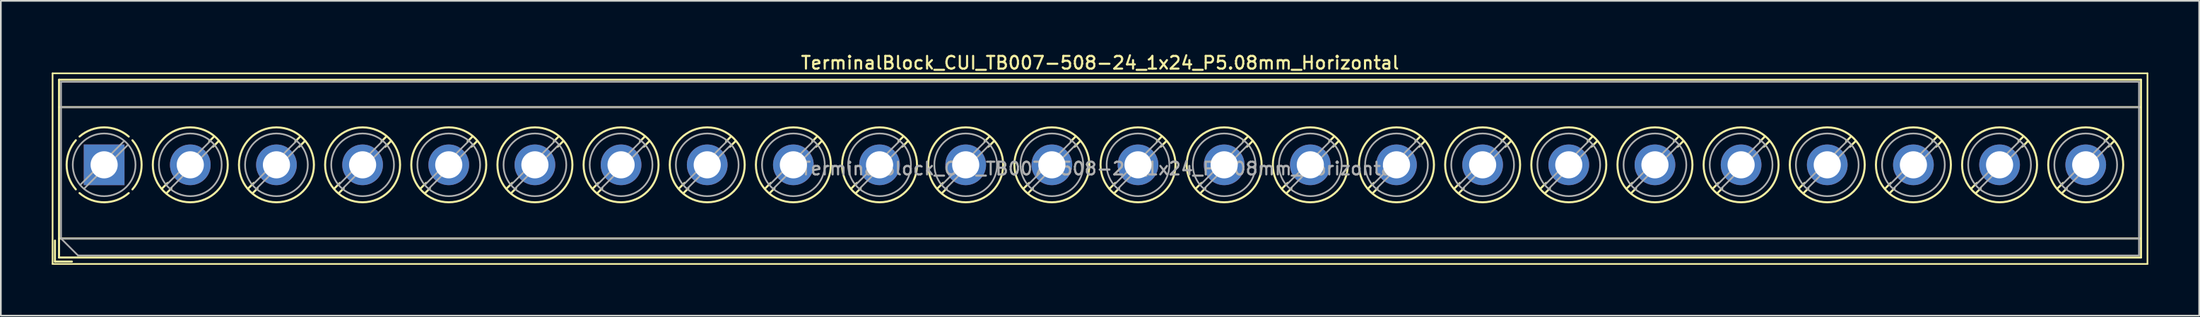
<source format=kicad_pcb>
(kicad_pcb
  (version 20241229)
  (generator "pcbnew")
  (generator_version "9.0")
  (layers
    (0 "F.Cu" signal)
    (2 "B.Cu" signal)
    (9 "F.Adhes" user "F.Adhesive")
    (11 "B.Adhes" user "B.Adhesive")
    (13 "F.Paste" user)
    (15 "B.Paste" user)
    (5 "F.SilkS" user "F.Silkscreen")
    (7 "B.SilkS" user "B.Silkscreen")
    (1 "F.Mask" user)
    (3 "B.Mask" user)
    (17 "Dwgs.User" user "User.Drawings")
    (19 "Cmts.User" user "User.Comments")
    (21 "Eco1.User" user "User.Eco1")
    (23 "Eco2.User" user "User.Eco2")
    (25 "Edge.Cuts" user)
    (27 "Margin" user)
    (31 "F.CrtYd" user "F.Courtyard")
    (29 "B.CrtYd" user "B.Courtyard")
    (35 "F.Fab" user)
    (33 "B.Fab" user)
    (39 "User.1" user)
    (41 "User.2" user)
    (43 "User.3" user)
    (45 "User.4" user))
  (footprint "TerminalBlock_CUI_TB007-508-24_1x24_P5.08mm_Horizontal"
    (layer "F.Cu")
    (at 3.09 6.678)
    (property "Reference" "TerminalBlock_CUI_TB007-508-24_1x24_P5.08mm_Horizontal" (at 58.72 -6.02 0) (layer "F.SilkS") (effects (font (size 0.75 0.75) (thickness 0.125))))
    (attr through_hole)
    (fp_line (start -3.04 -5.4) (end -3.04 5.85) (stroke (width 0.1) (type solid)) (layer "F.SilkS"))
    (fp_line (start -3.04 5.85) (end 120.48 5.85) (stroke (width 0.1) (type solid)) (layer "F.SilkS"))
    (fp_line (start -2.9 4.47) (end -2.9 5.71) (stroke (width 0.12) (type solid)) (layer "F.SilkS"))
    (fp_line (start -2.9 5.71) (end -1.9 5.71) (stroke (width 0.12) (type solid)) (layer "F.SilkS"))
    (fp_line (start -2.66 -5.02) (end -2.66 5.47) (stroke (width 0.12) (type solid)) (layer "F.SilkS"))
    (fp_line (start -2.66 -5.02) (end 120.1 -5.02) (stroke (width 0.12) (type solid)) (layer "F.SilkS"))
    (fp_line (start -2.66 -3.401) (end 120.1 -3.401) (stroke (width 0.12) (type solid)) (layer "F.SilkS"))
    (fp_line (start -2.66 4.35) (end 120.1 4.35) (stroke (width 0.12) (type solid)) (layer "F.SilkS"))
    (fp_line (start -2.66 5.47) (end 120.1 5.47) (stroke (width 0.12) (type solid)) (layer "F.SilkS"))
    (fp_line (start 3.743 1.068) (end 3.404 1.407) (stroke (width 0.12) (type solid)) (layer "F.SilkS"))
    (fp_line (start 3.967 1.384) (end 3.674 1.676) (stroke (width 0.12) (type solid)) (layer "F.SilkS"))
    (fp_line (start 6.487 -1.676) (end 6.194 -1.384) (stroke (width 0.12) (type solid)) (layer "F.SilkS"))
    (fp_line (start 6.757 -1.407) (end 6.418 -1.068) (stroke (width 0.12) (type solid)) (layer "F.SilkS"))
    (fp_line (start 8.823 1.068) (end 8.484 1.407) (stroke (width 0.12) (type solid)) (layer "F.SilkS"))
    (fp_line (start 9.047 1.384) (end 8.754 1.676) (stroke (width 0.12) (type solid)) (layer "F.SilkS"))
    (fp_line (start 11.567 -1.676) (end 11.274 -1.384) (stroke (width 0.12) (type solid)) (layer "F.SilkS"))
    (fp_line (start 11.837 -1.407) (end 11.498 -1.068) (stroke (width 0.12) (type solid)) (layer "F.SilkS"))
    (fp_line (start 13.903 1.068) (end 13.564 1.407) (stroke (width 0.12) (type solid)) (layer "F.SilkS"))
    (fp_line (start 14.127 1.384) (end 13.834 1.676) (stroke (width 0.12) (type solid)) (layer "F.SilkS"))
    (fp_line (start 16.647 -1.676) (end 16.354 -1.384) (stroke (width 0.12) (type solid)) (layer "F.SilkS"))
    (fp_line (start 16.917 -1.407) (end 16.578 -1.068) (stroke (width 0.12) (type solid)) (layer "F.SilkS"))
    (fp_line (start 18.983 1.068) (end 18.644 1.407) (stroke (width 0.12) (type solid)) (layer "F.SilkS"))
    (fp_line (start 19.207 1.384) (end 18.914 1.676) (stroke (width 0.12) (type solid)) (layer "F.SilkS"))
    (fp_line (start 21.727 -1.676) (end 21.434 -1.384) (stroke (width 0.12) (type solid)) (layer "F.SilkS"))
    (fp_line (start 21.997 -1.407) (end 21.658 -1.068) (stroke (width 0.12) (type solid)) (layer "F.SilkS"))
    (fp_line (start 24.063 1.068) (end 23.724 1.407) (stroke (width 0.12) (type solid)) (layer "F.SilkS"))
    (fp_line (start 24.287 1.384) (end 23.994 1.676) (stroke (width 0.12) (type solid)) (layer "F.SilkS"))
    (fp_line (start 26.807 -1.676) (end 26.514 -1.384) (stroke (width 0.12) (type solid)) (layer "F.SilkS"))
    (fp_line (start 27.077 -1.407) (end 26.738 -1.068) (stroke (width 0.12) (type solid)) (layer "F.SilkS"))
    (fp_line (start 29.143 1.068) (end 28.804 1.407) (stroke (width 0.12) (type solid)) (layer "F.SilkS"))
    (fp_line (start 29.367 1.384) (end 29.074 1.676) (stroke (width 0.12) (type solid)) (layer "F.SilkS"))
    (fp_line (start 31.887 -1.676) (end 31.594 -1.384) (stroke (width 0.12) (type solid)) (layer "F.SilkS"))
    (fp_line (start 32.157 -1.407) (end 31.818 -1.068) (stroke (width 0.12) (type solid)) (layer "F.SilkS"))
    (fp_line (start 34.223 1.068) (end 33.884 1.407) (stroke (width 0.12) (type solid)) (layer "F.SilkS"))
    (fp_line (start 34.447 1.384) (end 34.154 1.676) (stroke (width 0.12) (type solid)) (layer "F.SilkS"))
    (fp_line (start 36.967 -1.676) (end 36.674 -1.384) (stroke (width 0.12) (type solid)) (layer "F.SilkS"))
    (fp_line (start 37.237 -1.407) (end 36.898 -1.068) (stroke (width 0.12) (type solid)) (layer "F.SilkS"))
    (fp_line (start 39.303 1.068) (end 38.964 1.407) (stroke (width 0.12) (type solid)) (layer "F.SilkS"))
    (fp_line (start 39.527 1.384) (end 39.234 1.676) (stroke (width 0.12) (type solid)) (layer "F.SilkS"))
    (fp_line (start 42.047 -1.676) (end 41.754 -1.384) (stroke (width 0.12) (type solid)) (layer "F.SilkS"))
    (fp_line (start 42.317 -1.407) (end 41.978 -1.068) (stroke (width 0.12) (type solid)) (layer "F.SilkS"))
    (fp_line (start 44.383 1.068) (end 44.044 1.407) (stroke (width 0.12) (type solid)) (layer "F.SilkS"))
    (fp_line (start 44.607 1.384) (end 44.314 1.676) (stroke (width 0.12) (type solid)) (layer "F.SilkS"))
    (fp_line (start 47.127 -1.676) (end 46.834 -1.384) (stroke (width 0.12) (type solid)) (layer "F.SilkS"))
    (fp_line (start 47.397 -1.407) (end 47.058 -1.068) (stroke (width 0.12) (type solid)) (layer "F.SilkS"))
    (fp_line (start 49.463 1.068) (end 49.124 1.407) (stroke (width 0.12) (type solid)) (layer "F.SilkS"))
    (fp_line (start 49.687 1.384) (end 49.394 1.676) (stroke (width 0.12) (type solid)) (layer "F.SilkS"))
    (fp_line (start 52.207 -1.676) (end 51.914 -1.384) (stroke (width 0.12) (type solid)) (layer "F.SilkS"))
    (fp_line (start 52.477 -1.407) (end 52.138 -1.068) (stroke (width 0.12) (type solid)) (layer "F.SilkS"))
    (fp_line (start 54.543 1.068) (end 54.204 1.407) (stroke (width 0.12) (type solid)) (layer "F.SilkS"))
    (fp_line (start 54.767 1.384) (end 54.474 1.676) (stroke (width 0.12) (type solid)) (layer "F.SilkS"))
    (fp_line (start 57.287 -1.676) (end 56.994 -1.384) (stroke (width 0.12) (type solid)) (layer "F.SilkS"))
    (fp_line (start 57.557 -1.407) (end 57.218 -1.068) (stroke (width 0.12) (type solid)) (layer "F.SilkS"))
    (fp_line (start 59.623 1.068) (end 59.284 1.407) (stroke (width 0.12) (type solid)) (layer "F.SilkS"))
    (fp_line (start 59.847 1.384) (end 59.554 1.676) (stroke (width 0.12) (type solid)) (layer "F.SilkS"))
    (fp_line (start 62.367 -1.676) (end 62.074 -1.384) (stroke (width 0.12) (type solid)) (layer "F.SilkS"))
    (fp_line (start 62.637 -1.407) (end 62.298 -1.068) (stroke (width 0.12) (type solid)) (layer "F.SilkS"))
    (fp_line (start 64.703 1.068) (end 64.364 1.407) (stroke (width 0.12) (type solid)) (layer "F.SilkS"))
    (fp_line (start 64.927 1.384) (end 64.634 1.676) (stroke (width 0.12) (type solid)) (layer "F.SilkS"))
    (fp_line (start 67.447 -1.676) (end 67.154 -1.384) (stroke (width 0.12) (type solid)) (layer "F.SilkS"))
    (fp_line (start 67.717 -1.407) (end 67.378 -1.068) (stroke (width 0.12) (type solid)) (layer "F.SilkS"))
    (fp_line (start 69.783 1.068) (end 69.444 1.407) (stroke (width 0.12) (type solid)) (layer "F.SilkS"))
    (fp_line (start 70.007 1.384) (end 69.714 1.676) (stroke (width 0.12) (type solid)) (layer "F.SilkS"))
    (fp_line (start 72.527 -1.676) (end 72.234 -1.384) (stroke (width 0.12) (type solid)) (layer "F.SilkS"))
    (fp_line (start 72.797 -1.407) (end 72.458 -1.068) (stroke (width 0.12) (type solid)) (layer "F.SilkS"))
    (fp_line (start 74.863 1.068) (end 74.524 1.407) (stroke (width 0.12) (type solid)) (layer "F.SilkS"))
    (fp_line (start 75.087 1.384) (end 74.794 1.676) (stroke (width 0.12) (type solid)) (layer "F.SilkS"))
    (fp_line (start 77.607 -1.676) (end 77.314 -1.384) (stroke (width 0.12) (type solid)) (layer "F.SilkS"))
    (fp_line (start 77.877 -1.407) (end 77.538 -1.068) (stroke (width 0.12) (type solid)) (layer "F.SilkS"))
    (fp_line (start 79.943 1.068) (end 79.604 1.407) (stroke (width 0.12) (type solid)) (layer "F.SilkS"))
    (fp_line (start 80.167 1.384) (end 79.874 1.676) (stroke (width 0.12) (type solid)) (layer "F.SilkS"))
    (fp_line (start 82.687 -1.676) (end 82.394 -1.384) (stroke (width 0.12) (type solid)) (layer "F.SilkS"))
    (fp_line (start 82.957 -1.407) (end 82.618 -1.068) (stroke (width 0.12) (type solid)) (layer "F.SilkS"))
    (fp_line (start 85.023 1.068) (end 84.684 1.407) (stroke (width 0.12) (type solid)) (layer "F.SilkS"))
    (fp_line (start 85.247 1.384) (end 84.954 1.676) (stroke (width 0.12) (type solid)) (layer "F.SilkS"))
    (fp_line (start 87.767 -1.676) (end 87.474 -1.384) (stroke (width 0.12) (type solid)) (layer "F.SilkS"))
    (fp_line (start 88.037 -1.407) (end 87.698 -1.068) (stroke (width 0.12) (type solid)) (layer "F.SilkS"))
    (fp_line (start 90.103 1.068) (end 89.764 1.407) (stroke (width 0.12) (type solid)) (layer "F.SilkS"))
    (fp_line (start 90.327 1.384) (end 90.034 1.676) (stroke (width 0.12) (type solid)) (layer "F.SilkS"))
    (fp_line (start 92.847 -1.676) (end 92.554 -1.384) (stroke (width 0.12) (type solid)) (layer "F.SilkS"))
    (fp_line (start 93.117 -1.407) (end 92.778 -1.068) (stroke (width 0.12) (type solid)) (layer "F.SilkS"))
    (fp_line (start 95.183 1.068) (end 94.844 1.407) (stroke (width 0.12) (type solid)) (layer "F.SilkS"))
    (fp_line (start 95.407 1.384) (end 95.114 1.676) (stroke (width 0.12) (type solid)) (layer "F.SilkS"))
    (fp_line (start 97.927 -1.676) (end 97.634 -1.384) (stroke (width 0.12) (type solid)) (layer "F.SilkS"))
    (fp_line (start 98.197 -1.407) (end 97.858 -1.068) (stroke (width 0.12) (type solid)) (layer "F.SilkS"))
    (fp_line (start 100.263 1.068) (end 99.924 1.407) (stroke (width 0.12) (type solid)) (layer "F.SilkS"))
    (fp_line (start 100.487 1.384) (end 100.194 1.676) (stroke (width 0.12) (type solid)) (layer "F.SilkS"))
    (fp_line (start 103.007 -1.676) (end 102.714 -1.384) (stroke (width 0.12) (type solid)) (layer "F.SilkS"))
    (fp_line (start 103.277 -1.407) (end 102.938 -1.068) (stroke (width 0.12) (type solid)) (layer "F.SilkS"))
    (fp_line (start 105.343 1.068) (end 105.004 1.407) (stroke (width 0.12) (type solid)) (layer "F.SilkS"))
    (fp_line (start 105.567 1.384) (end 105.274 1.676) (stroke (width 0.12) (type solid)) (layer "F.SilkS"))
    (fp_line (start 108.087 -1.676) (end 107.794 -1.384) (stroke (width 0.12) (type solid)) (layer "F.SilkS"))
    (fp_line (start 108.357 -1.407) (end 108.018 -1.068) (stroke (width 0.12) (type solid)) (layer "F.SilkS"))
    (fp_line (start 110.423 1.068) (end 110.084 1.407) (stroke (width 0.12) (type solid)) (layer "F.SilkS"))
    (fp_line (start 110.647 1.384) (end 110.354 1.676) (stroke (width 0.12) (type solid)) (layer "F.SilkS"))
    (fp_line (start 113.167 -1.676) (end 112.874 -1.384) (stroke (width 0.12) (type solid)) (layer "F.SilkS"))
    (fp_line (start 113.437 -1.407) (end 113.098 -1.068) (stroke (width 0.12) (type solid)) (layer "F.SilkS"))
    (fp_line (start 115.503 1.068) (end 115.164 1.407) (stroke (width 0.12) (type solid)) (layer "F.SilkS"))
    (fp_line (start 115.727 1.384) (end 115.434 1.676) (stroke (width 0.12) (type solid)) (layer "F.SilkS"))
    (fp_line (start 118.247 -1.676) (end 117.954 -1.384) (stroke (width 0.12) (type solid)) (layer "F.SilkS"))
    (fp_line (start 118.517 -1.407) (end 118.178 -1.068) (stroke (width 0.12) (type solid)) (layer "F.SilkS"))
    (fp_line (start 120.1 -5.02) (end 120.1 5.47) (stroke (width 0.12) (type solid)) (layer "F.SilkS"))
    (fp_line (start 120.48 -5.4) (end -3.04 -5.4) (stroke (width 0.1) (type solid)) (layer "F.SilkS"))
    (fp_line (start 120.48 5.85) (end 120.48 -5.4) (stroke (width 0.1) (type solid)) (layer "F.SilkS"))
    (fp_arc (start -1.66902 1.449827) (mid -2.210797 -0.000777) (end -1.668 -1.451) (stroke (width 0.12) (type solid)) (layer "F.SilkS"))
    (fp_arc (start -1.449827 -1.66902) (mid 0.000777 -2.210797) (end 1.451 -1.668) (stroke (width 0.12) (type solid)) (layer "F.SilkS"))
    (fp_arc (start 0.037807 2.210474) (mid -0.756867 2.077204) (end -1.451 1.668) (stroke (width 0.12) (type solid)) (layer "F.SilkS"))
    (fp_arc (start 1.44989 1.667908) (mid 0.773958 2.070046) (end 0 2.21) (stroke (width 0.12) (type solid)) (layer "F.SilkS"))
    (fp_arc (start 1.668029 -1.449966) (mid 2.210141 0.000022) (end 1.668 1.45) (stroke (width 0.12) (type solid)) (layer "F.SilkS"))
    (fp_circle (center 5.08 0) (end 7.29 0) (stroke (width 0.12) (type solid)) (fill no) (layer "F.SilkS"))
    (fp_circle (center 10.16 0) (end 12.37 0) (stroke (width 0.12) (type solid)) (fill no) (layer "F.SilkS"))
    (fp_circle (center 15.24 0) (end 17.45 0) (stroke (width 0.12) (type solid)) (fill no) (layer "F.SilkS"))
    (fp_circle (center 20.32 0) (end 22.53 0) (stroke (width 0.12) (type solid)) (fill no) (layer "F.SilkS"))
    (fp_circle (center 25.4 0) (end 27.61 0) (stroke (width 0.12) (type solid)) (fill no) (layer "F.SilkS"))
    (fp_circle (center 30.48 0) (end 32.69 0) (stroke (width 0.12) (type solid)) (fill no) (layer "F.SilkS"))
    (fp_circle (center 35.56 0) (end 37.77 0) (stroke (width 0.12) (type solid)) (fill no) (layer "F.SilkS"))
    (fp_circle (center 40.64 0) (end 42.85 0) (stroke (width 0.12) (type solid)) (fill no) (layer "F.SilkS"))
    (fp_circle (center 45.72 0) (end 47.93 0) (stroke (width 0.12) (type solid)) (fill no) (layer "F.SilkS"))
    (fp_circle (center 50.8 0) (end 53.01 0) (stroke (width 0.12) (type solid)) (fill no) (layer "F.SilkS"))
    (fp_circle (center 55.88 0) (end 58.09 0) (stroke (width 0.12) (type solid)) (fill no) (layer "F.SilkS"))
    (fp_circle (center 60.96 0) (end 63.17 0) (stroke (width 0.12) (type solid)) (fill no) (layer "F.SilkS"))
    (fp_circle (center 66.04 0) (end 68.25 0) (stroke (width 0.12) (type solid)) (fill no) (layer "F.SilkS"))
    (fp_circle (center 71.12 0) (end 73.33 0) (stroke (width 0.12) (type solid)) (fill no) (layer "F.SilkS"))
    (fp_circle (center 76.2 0) (end 78.41 0) (stroke (width 0.12) (type solid)) (fill no) (layer "F.SilkS"))
    (fp_circle (center 81.28 0) (end 83.49 0) (stroke (width 0.12) (type solid)) (fill no) (layer "F.SilkS"))
    (fp_circle (center 86.36 0) (end 88.57 0) (stroke (width 0.12) (type solid)) (fill no) (layer "F.SilkS"))
    (fp_circle (center 91.44 0) (end 93.65 0) (stroke (width 0.12) (type solid)) (fill no) (layer "F.SilkS"))
    (fp_circle (center 96.52 0) (end 98.73 0) (stroke (width 0.12) (type solid)) (fill no) (layer "F.SilkS"))
    (fp_circle (center 101.6 0) (end 103.81 0) (stroke (width 0.12) (type solid)) (fill no) (layer "F.SilkS"))
    (fp_circle (center 106.68 0) (end 108.89 0) (stroke (width 0.12) (type solid)) (fill no) (layer "F.SilkS"))
    (fp_circle (center 111.76 0) (end 113.97 0) (stroke (width 0.12) (type solid)) (fill no) (layer "F.SilkS"))
    (fp_circle (center 116.84 0) (end 119.05 0) (stroke (width 0.12) (type solid)) (fill no) (layer "F.SilkS"))
    (fp_line (start -2.54 -4.9) (end 119.98 -4.9) (stroke (width 0.1) (type solid)) (layer "F.Fab"))
    (fp_line (start -2.54 -3.4) (end 119.98 -3.4) (stroke (width 0.1) (type solid)) (layer "F.Fab"))
    (fp_line (start -2.54 4.35) (end -2.54 -4.9) (stroke (width 0.1) (type solid)) (layer "F.Fab"))
    (fp_line (start -2.54 4.35) (end 119.98 4.35) (stroke (width 0.1) (type solid)) (layer "F.Fab"))
    (fp_line (start -1.54 5.35) (end -2.54 4.35) (stroke (width 0.1) (type solid)) (layer "F.Fab"))
    (fp_line (start 1.178 -1.403) (end -1.404 1.178) (stroke (width 0.1) (type solid)) (layer "F.Fab"))
    (fp_line (start 1.404 -1.178) (end -1.178 1.403) (stroke (width 0.1) (type solid)) (layer "F.Fab"))
    (fp_line (start 6.258 -1.403) (end 3.677 1.178) (stroke (width 0.1) (type solid)) (layer "F.Fab"))
    (fp_line (start 6.484 -1.178) (end 3.903 1.403) (stroke (width 0.1) (type solid)) (layer "F.Fab"))
    (fp_line (start 11.338 -1.403) (end 8.757 1.178) (stroke (width 0.1) (type solid)) (layer "F.Fab"))
    (fp_line (start 11.564 -1.178) (end 8.983 1.403) (stroke (width 0.1) (type solid)) (layer "F.Fab"))
    (fp_line (start 16.418 -1.403) (end 13.837 1.178) (stroke (width 0.1) (type solid)) (layer "F.Fab"))
    (fp_line (start 16.644 -1.178) (end 14.063 1.403) (stroke (width 0.1) (type solid)) (layer "F.Fab"))
    (fp_line (start 21.498 -1.403) (end 18.917 1.178) (stroke (width 0.1) (type solid)) (layer "F.Fab"))
    (fp_line (start 21.724 -1.178) (end 19.143 1.403) (stroke (width 0.1) (type solid)) (layer "F.Fab"))
    (fp_line (start 26.578 -1.403) (end 23.997 1.178) (stroke (width 0.1) (type solid)) (layer "F.Fab"))
    (fp_line (start 26.804 -1.178) (end 24.223 1.403) (stroke (width 0.1) (type solid)) (layer "F.Fab"))
    (fp_line (start 31.658 -1.403) (end 29.077 1.178) (stroke (width 0.1) (type solid)) (layer "F.Fab"))
    (fp_line (start 31.884 -1.178) (end 29.303 1.403) (stroke (width 0.1) (type solid)) (layer "F.Fab"))
    (fp_line (start 36.738 -1.403) (end 34.157 1.178) (stroke (width 0.1) (type solid)) (layer "F.Fab"))
    (fp_line (start 36.964 -1.178) (end 34.383 1.403) (stroke (width 0.1) (type solid)) (layer "F.Fab"))
    (fp_line (start 41.818 -1.403) (end 39.237 1.178) (stroke (width 0.1) (type solid)) (layer "F.Fab"))
    (fp_line (start 42.044 -1.178) (end 39.463 1.403) (stroke (width 0.1) (type solid)) (layer "F.Fab"))
    (fp_line (start 46.898 -1.403) (end 44.317 1.178) (stroke (width 0.1) (type solid)) (layer "F.Fab"))
    (fp_line (start 47.124 -1.178) (end 44.543 1.403) (stroke (width 0.1) (type solid)) (layer "F.Fab"))
    (fp_line (start 51.978 -1.403) (end 49.397 1.178) (stroke (width 0.1) (type solid)) (layer "F.Fab"))
    (fp_line (start 52.204 -1.178) (end 49.623 1.403) (stroke (width 0.1) (type solid)) (layer "F.Fab"))
    (fp_line (start 57.058 -1.403) (end 54.477 1.178) (stroke (width 0.1) (type solid)) (layer "F.Fab"))
    (fp_line (start 57.284 -1.178) (end 54.703 1.403) (stroke (width 0.1) (type solid)) (layer "F.Fab"))
    (fp_line (start 62.138 -1.403) (end 59.557 1.178) (stroke (width 0.1) (type solid)) (layer "F.Fab"))
    (fp_line (start 62.364 -1.178) (end 59.783 1.403) (stroke (width 0.1) (type solid)) (layer "F.Fab"))
    (fp_line (start 67.218 -1.403) (end 64.637 1.178) (stroke (width 0.1) (type solid)) (layer "F.Fab"))
    (fp_line (start 67.444 -1.178) (end 64.863 1.403) (stroke (width 0.1) (type solid)) (layer "F.Fab"))
    (fp_line (start 72.298 -1.403) (end 69.717 1.178) (stroke (width 0.1) (type solid)) (layer "F.Fab"))
    (fp_line (start 72.524 -1.178) (end 69.943 1.403) (stroke (width 0.1) (type solid)) (layer "F.Fab"))
    (fp_line (start 77.378 -1.403) (end 74.797 1.178) (stroke (width 0.1) (type solid)) (layer "F.Fab"))
    (fp_line (start 77.604 -1.178) (end 75.023 1.403) (stroke (width 0.1) (type solid)) (layer "F.Fab"))
    (fp_line (start 82.458 -1.403) (end 79.877 1.178) (stroke (width 0.1) (type solid)) (layer "F.Fab"))
    (fp_line (start 82.684 -1.178) (end 80.103 1.403) (stroke (width 0.1) (type solid)) (layer "F.Fab"))
    (fp_line (start 87.538 -1.403) (end 84.957 1.178) (stroke (width 0.1) (type solid)) (layer "F.Fab"))
    (fp_line (start 87.764 -1.178) (end 85.183 1.403) (stroke (width 0.1) (type solid)) (layer "F.Fab"))
    (fp_line (start 92.618 -1.403) (end 90.037 1.178) (stroke (width 0.1) (type solid)) (layer "F.Fab"))
    (fp_line (start 92.844 -1.178) (end 90.263 1.403) (stroke (width 0.1) (type solid)) (layer "F.Fab"))
    (fp_line (start 97.698 -1.403) (end 95.117 1.178) (stroke (width 0.1) (type solid)) (layer "F.Fab"))
    (fp_line (start 97.924 -1.178) (end 95.343 1.403) (stroke (width 0.1) (type solid)) (layer "F.Fab"))
    (fp_line (start 102.778 -1.403) (end 100.197 1.178) (stroke (width 0.1) (type solid)) (layer "F.Fab"))
    (fp_line (start 103.004 -1.178) (end 100.423 1.403) (stroke (width 0.1) (type solid)) (layer "F.Fab"))
    (fp_line (start 107.858 -1.403) (end 105.277 1.178) (stroke (width 0.1) (type solid)) (layer "F.Fab"))
    (fp_line (start 108.084 -1.178) (end 105.503 1.403) (stroke (width 0.1) (type solid)) (layer "F.Fab"))
    (fp_line (start 112.938 -1.403) (end 110.357 1.178) (stroke (width 0.1) (type solid)) (layer "F.Fab"))
    (fp_line (start 113.164 -1.178) (end 110.583 1.403) (stroke (width 0.1) (type solid)) (layer "F.Fab"))
    (fp_line (start 118.018 -1.403) (end 115.437 1.178) (stroke (width 0.1) (type solid)) (layer "F.Fab"))
    (fp_line (start 118.244 -1.178) (end 115.663 1.403) (stroke (width 0.1) (type solid)) (layer "F.Fab"))
    (fp_line (start 119.98 -4.9) (end 119.98 5.35) (stroke (width 0.1) (type solid)) (layer "F.Fab"))
    (fp_line (start 119.98 5.35) (end -1.54 5.35) (stroke (width 0.1) (type solid)) (layer "F.Fab"))
    (fp_circle (center 0 0) (end 1.85 0) (stroke (width 0.1) (type solid)) (fill no) (layer "F.Fab"))
    (fp_circle (center 5.08 0) (end 6.93 0) (stroke (width 0.1) (type solid)) (fill no) (layer "F.Fab"))
    (fp_circle (center 10.16 0) (end 12.01 0) (stroke (width 0.1) (type solid)) (fill no) (layer "F.Fab"))
    (fp_circle (center 15.24 0) (end 17.09 0) (stroke (width 0.1) (type solid)) (fill no) (layer "F.Fab"))
    (fp_circle (center 20.32 0) (end 22.17 0) (stroke (width 0.1) (type solid)) (fill no) (layer "F.Fab"))
    (fp_circle (center 25.4 0) (end 27.25 0) (stroke (width 0.1) (type solid)) (fill no) (layer "F.Fab"))
    (fp_circle (center 30.48 0) (end 32.33 0) (stroke (width 0.1) (type solid)) (fill no) (layer "F.Fab"))
    (fp_circle (center 35.56 0) (end 37.41 0) (stroke (width 0.1) (type solid)) (fill no) (layer "F.Fab"))
    (fp_circle (center 40.64 0) (end 42.49 0) (stroke (width 0.1) (type solid)) (fill no) (layer "F.Fab"))
    (fp_circle (center 45.72 0) (end 47.57 0) (stroke (width 0.1) (type solid)) (fill no) (layer "F.Fab"))
    (fp_circle (center 50.8 0) (end 52.65 0) (stroke (width 0.1) (type solid)) (fill no) (layer "F.Fab"))
    (fp_circle (center 55.88 0) (end 57.73 0) (stroke (width 0.1) (type solid)) (fill no) (layer "F.Fab"))
    (fp_circle (center 60.96 0) (end 62.81 0) (stroke (width 0.1) (type solid)) (fill no) (layer "F.Fab"))
    (fp_circle (center 66.04 0) (end 67.89 0) (stroke (width 0.1) (type solid)) (fill no) (layer "F.Fab"))
    (fp_circle (center 71.12 0) (end 72.97 0) (stroke (width 0.1) (type solid)) (fill no) (layer "F.Fab"))
    (fp_circle (center 76.2 0) (end 78.05 0) (stroke (width 0.1) (type solid)) (fill no) (layer "F.Fab"))
    (fp_circle (center 81.28 0) (end 83.13 0) (stroke (width 0.1) (type solid)) (fill no) (layer "F.Fab"))
    (fp_circle (center 86.36 0) (end 88.21 0) (stroke (width 0.1) (type solid)) (fill no) (layer "F.Fab"))
    (fp_circle (center 91.44 0) (end 93.29 0) (stroke (width 0.1) (type solid)) (fill no) (layer "F.Fab"))
    (fp_circle (center 96.52 0) (end 98.37 0) (stroke (width 0.1) (type solid)) (fill no) (layer "F.Fab"))
    (fp_circle (center 101.6 0) (end 103.45 0) (stroke (width 0.1) (type solid)) (fill no) (layer "F.Fab"))
    (fp_circle (center 106.68 0) (end 108.53 0) (stroke (width 0.1) (type solid)) (fill no) (layer "F.Fab"))
    (fp_circle (center 111.76 0) (end 113.61 0) (stroke (width 0.1) (type solid)) (fill no) (layer "F.Fab"))
    (fp_circle (center 116.84 0) (end 118.69 0) (stroke (width 0.1) (type solid)) (fill no) (layer "F.Fab"))
    (fp_text user "${REFERENCE}" (at 58.72 0.225 0) (layer "F.Fab") (effects (font (size 0.75 0.75) (thickness 0.125))))
    (pad "1" thru_hole rect (at 0 0) (size 2.4 2.4) (drill 1.6) (layers "*.Cu" "*.Mask"))
    (pad "2" thru_hole circle (at 5.08 0) (size 2.4 2.4) (drill 1.6) (layers "*.Cu" "*.Mask"))
    (pad "3" thru_hole circle (at 10.16 0) (size 2.4 2.4) (drill 1.6) (layers "*.Cu" "*.Mask"))
    (pad "4" thru_hole circle (at 15.24 0) (size 2.4 2.4) (drill 1.6) (layers "*.Cu" "*.Mask"))
    (pad "5" thru_hole circle (at 20.32 0) (size 2.4 2.4) (drill 1.6) (layers "*.Cu" "*.Mask"))
    (pad "6" thru_hole circle (at 25.4 0) (size 2.4 2.4) (drill 1.6) (layers "*.Cu" "*.Mask"))
    (pad "7" thru_hole circle (at 30.48 0) (size 2.4 2.4) (drill 1.6) (layers "*.Cu" "*.Mask"))
    (pad "8" thru_hole circle (at 35.56 0) (size 2.4 2.4) (drill 1.6) (layers "*.Cu" "*.Mask"))
    (pad "9" thru_hole circle (at 40.64 0) (size 2.4 2.4) (drill 1.6) (layers "*.Cu" "*.Mask"))
    (pad "10" thru_hole circle (at 45.72 0) (size 2.4 2.4) (drill 1.6) (layers "*.Cu" "*.Mask"))
    (pad "11" thru_hole circle (at 50.8 0) (size 2.4 2.4) (drill 1.6) (layers "*.Cu" "*.Mask"))
    (pad "12" thru_hole circle (at 55.88 0) (size 2.4 2.4) (drill 1.6) (layers "*.Cu" "*.Mask"))
    (pad "13" thru_hole circle (at 60.96 0) (size 2.4 2.4) (drill 1.6) (layers "*.Cu" "*.Mask"))
    (pad "14" thru_hole circle (at 66.04 0) (size 2.4 2.4) (drill 1.6) (layers "*.Cu" "*.Mask"))
    (pad "15" thru_hole circle (at 71.12 0) (size 2.4 2.4) (drill 1.6) (layers "*.Cu" "*.Mask"))
    (pad "16" thru_hole circle (at 76.2 0) (size 2.4 2.4) (drill 1.6) (layers "*.Cu" "*.Mask"))
    (pad "17" thru_hole circle (at 81.28 0) (size 2.4 2.4) (drill 1.6) (layers "*.Cu" "*.Mask"))
    (pad "18" thru_hole circle (at 86.36 0) (size 2.4 2.4) (drill 1.6) (layers "*.Cu" "*.Mask"))
    (pad "19" thru_hole circle (at 91.44 0) (size 2.4 2.4) (drill 1.6) (layers "*.Cu" "*.Mask"))
    (pad "20" thru_hole circle (at 96.52 0) (size 2.4 2.4) (drill 1.6) (layers "*.Cu" "*.Mask"))
    (pad "21" thru_hole circle (at 101.6 0) (size 2.4 2.4) (drill 1.6) (layers "*.Cu" "*.Mask"))
    (pad "22" thru_hole circle (at 106.68 0) (size 2.4 2.4) (drill 1.6) (layers "*.Cu" "*.Mask"))
    (pad "23" thru_hole circle (at 111.76 0) (size 2.4 2.4) (drill 1.6) (layers "*.Cu" "*.Mask"))
    (pad "24" thru_hole circle (at 116.84 0) (size 2.4 2.4) (drill 1.6) (layers "*.Cu" "*.Mask")))
  (gr_rect
    (start -3 -3)
    (end 126.62 15.578)
    (stroke (width 0.1) (type default))
    (fill no)
    (layer "Edge.Cuts")))
</source>
